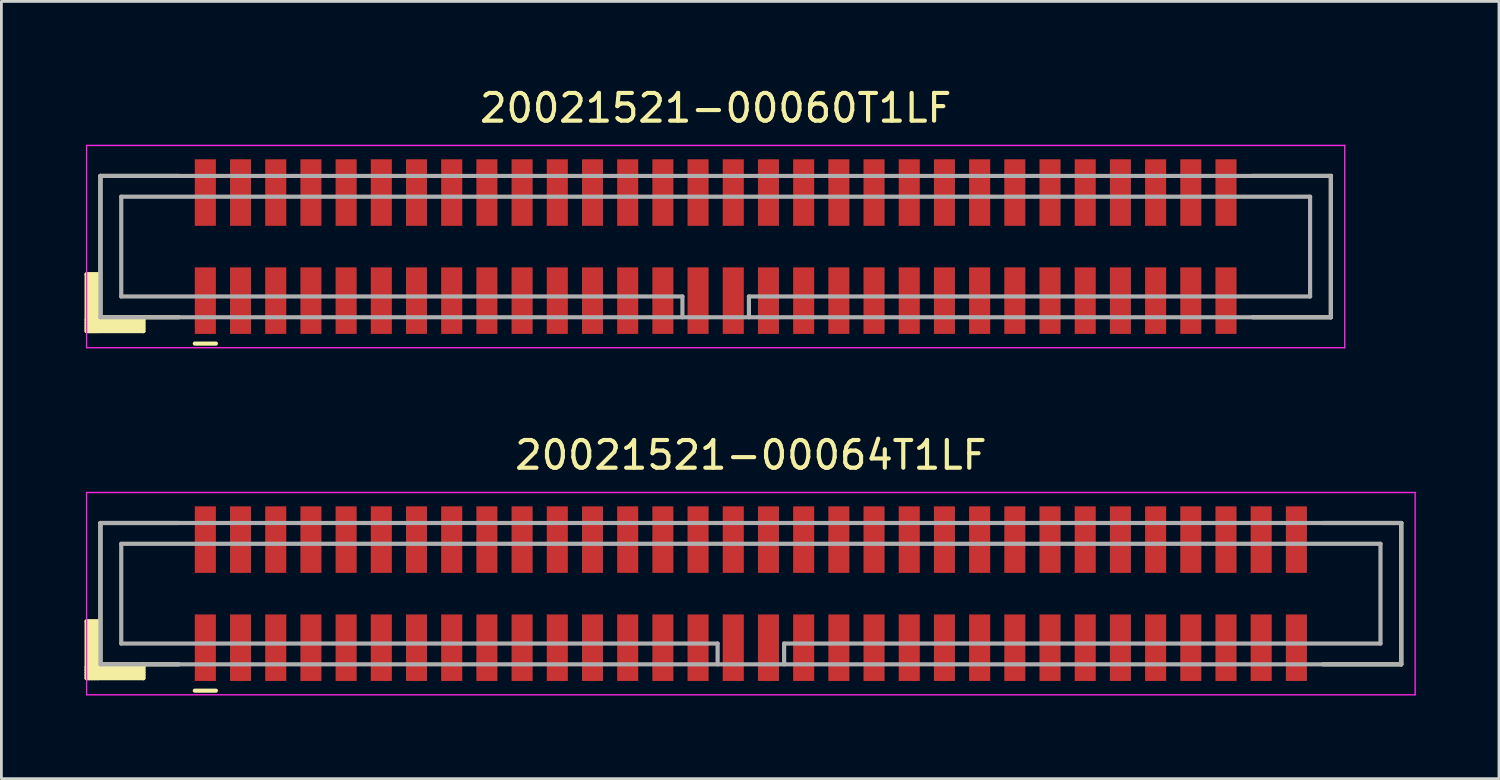
<source format=kicad_pcb>
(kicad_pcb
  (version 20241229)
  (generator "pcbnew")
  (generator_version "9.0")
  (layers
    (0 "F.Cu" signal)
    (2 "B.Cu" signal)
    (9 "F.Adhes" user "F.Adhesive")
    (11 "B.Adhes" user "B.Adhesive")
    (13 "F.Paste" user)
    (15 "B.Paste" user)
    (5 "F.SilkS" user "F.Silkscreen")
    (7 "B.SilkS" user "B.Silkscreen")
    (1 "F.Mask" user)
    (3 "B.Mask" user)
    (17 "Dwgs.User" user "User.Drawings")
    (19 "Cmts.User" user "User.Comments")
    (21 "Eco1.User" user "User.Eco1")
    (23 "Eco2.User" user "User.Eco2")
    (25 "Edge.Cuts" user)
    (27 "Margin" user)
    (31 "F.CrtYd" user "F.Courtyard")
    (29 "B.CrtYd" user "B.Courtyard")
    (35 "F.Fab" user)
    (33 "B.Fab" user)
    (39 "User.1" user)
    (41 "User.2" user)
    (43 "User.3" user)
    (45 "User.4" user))
  (footprint "20021521-00060T1LF"
    (layer "F.Cu")
    (at 22.775 5.848)
    (property "Reference" "20021521-00060T1LF" (at 0 -5 0) (layer "F.SilkS") (effects (font (size 1 1) (thickness 0.15))))
    (attr smd)
    (fp_line (start -22.7 1) (end -22.7 3.05) (stroke (width 0.15) (type solid)) (layer "F.SilkS"))
    (fp_line (start -22.7 1) (end -22.225 1) (stroke (width 0.15) (type solid)) (layer "F.SilkS"))
    (fp_line (start -22.7 2.65) (end -20.65 2.65) (stroke (width 0.15) (type solid)) (layer "F.SilkS"))
    (fp_line (start -22.7 2.75) (end -20.65 2.75) (stroke (width 0.15) (type solid)) (layer "F.SilkS"))
    (fp_line (start -22.7 2.85) (end -20.65 2.85) (stroke (width 0.15) (type solid)) (layer "F.SilkS"))
    (fp_line (start -22.7 2.95) (end -20.65 2.95) (stroke (width 0.15) (type solid)) (layer "F.SilkS"))
    (fp_line (start -22.7 3.05) (end -20.65 3.05) (stroke (width 0.15) (type solid)) (layer "F.SilkS"))
    (fp_line (start -22.6 1) (end -22.6 3.05) (stroke (width 0.15) (type solid)) (layer "F.SilkS"))
    (fp_line (start -22.5 1) (end -22.5 3.05) (stroke (width 0.15) (type solid)) (layer "F.SilkS"))
    (fp_line (start -22.4 1) (end -22.4 3.05) (stroke (width 0.15) (type solid)) (layer "F.SilkS"))
    (fp_line (start -22.3 1) (end -22.3 3.05) (stroke (width 0.15) (type solid)) (layer "F.SilkS"))
    (fp_line (start -22.2 -2.55) (end -22.2 2.55) (stroke (width 0.15) (type solid)) (layer "F.SilkS"))
    (fp_line (start -22.2 -2.55) (end -19.375 -2.55) (stroke (width 0.15) (type solid)) (layer "F.SilkS"))
    (fp_line (start -22.2 2.55) (end -19.375 2.55) (stroke (width 0.15) (type solid)) (layer "F.SilkS"))
    (fp_line (start -20.65 2.55) (end -20.65 3.05) (stroke (width 0.15) (type solid)) (layer "F.SilkS"))
    (fp_line (start -18.795 3.5) (end -18.035 3.5) (stroke (width 0.15) (type solid)) (layer "F.SilkS"))
    (fp_line (start 19.375 -2.55) (end 22.2 -2.55) (stroke (width 0.15) (type solid)) (layer "F.SilkS"))
    (fp_line (start 19.375 2.55) (end 22.2 2.55) (stroke (width 0.15) (type solid)) (layer "F.SilkS"))
    (fp_line (start 22.2 -2.55) (end 22.2 2.55) (stroke (width 0.15) (type solid)) (layer "F.SilkS"))
    (fp_line (start -22.7 -3.65) (end -22.7 3.65) (stroke (width 0.05) (type solid)) (layer "F.CrtYd"))
    (fp_line (start -22.7 -3.65) (end 22.7 -3.65) (stroke (width 0.05) (type solid)) (layer "F.CrtYd"))
    (fp_line (start -22.7 3.65) (end 22.7 3.65) (stroke (width 0.05) (type solid)) (layer "F.CrtYd"))
    (fp_line (start 22.7 -3.65) (end 22.7 3.65) (stroke (width 0.05) (type solid)) (layer "F.CrtYd"))
    (fp_line (start -22.2 -2.55) (end -22.2 2.55) (stroke (width 0.15) (type solid)) (layer "F.Fab"))
    (fp_line (start -22.2 -2.55) (end 22.2 -2.55) (stroke (width 0.15) (type solid)) (layer "F.Fab"))
    (fp_line (start -22.2 2.55) (end 22.2 2.55) (stroke (width 0.15) (type solid)) (layer "F.Fab"))
    (fp_line (start -21.45 -1.8) (end -21.45 1.8) (stroke (width 0.15) (type solid)) (layer "F.Fab"))
    (fp_line (start -21.45 -1.8) (end 21.45 -1.8) (stroke (width 0.15) (type solid)) (layer "F.Fab"))
    (fp_line (start -21.45 1.8) (end -1.2 1.8) (stroke (width 0.15) (type solid)) (layer "F.Fab"))
    (fp_line (start -1.2 1.8) (end -1.2 2.55) (stroke (width 0.15) (type solid)) (layer "F.Fab"))
    (fp_line (start 1.2 1.8) (end 1.2 2.55) (stroke (width 0.15) (type solid)) (layer "F.Fab"))
    (fp_line (start 1.2 1.8) (end 21.45 1.8) (stroke (width 0.15) (type solid)) (layer "F.Fab"))
    (fp_line (start 21.45 -1.8) (end 21.45 1.8) (stroke (width 0.15) (type solid)) (layer "F.Fab"))
    (fp_line (start 22.2 -2.55) (end 22.2 2.55) (stroke (width 0.15) (type solid)) (layer "F.Fab"))
    (pad "1" smd rect (at -18.415 1.95) (size 0.76 2.4) (layers "F.Cu" "F.Mask" "F.Paste"))
    (pad "2" smd rect (at -18.415 -1.95) (size 0.76 2.4) (layers "F.Cu" "F.Mask" "F.Paste"))
    (pad "3" smd rect (at -17.145 1.95) (size 0.76 2.4) (layers "F.Cu" "F.Mask" "F.Paste"))
    (pad "4" smd rect (at -17.145 -1.95) (size 0.76 2.4) (layers "F.Cu" "F.Mask" "F.Paste"))
    (pad "5" smd rect (at -15.875 1.95) (size 0.76 2.4) (layers "F.Cu" "F.Mask" "F.Paste"))
    (pad "6" smd rect (at -15.875 -1.95) (size 0.76 2.4) (layers "F.Cu" "F.Mask" "F.Paste"))
    (pad "7" smd rect (at -14.605 1.95) (size 0.76 2.4) (layers "F.Cu" "F.Mask" "F.Paste"))
    (pad "8" smd rect (at -14.605 -1.95) (size 0.76 2.4) (layers "F.Cu" "F.Mask" "F.Paste"))
    (pad "9" smd rect (at -13.335 1.95) (size 0.76 2.4) (layers "F.Cu" "F.Mask" "F.Paste"))
    (pad "10" smd rect (at -13.335 -1.95) (size 0.76 2.4) (layers "F.Cu" "F.Mask" "F.Paste"))
    (pad "11" smd rect (at -12.065 1.95) (size 0.76 2.4) (layers "F.Cu" "F.Mask" "F.Paste"))
    (pad "12" smd rect (at -12.065 -1.95) (size 0.76 2.4) (layers "F.Cu" "F.Mask" "F.Paste"))
    (pad "13" smd rect (at -10.795 1.95) (size 0.76 2.4) (layers "F.Cu" "F.Mask" "F.Paste"))
    (pad "14" smd rect (at -10.795 -1.95) (size 0.76 2.4) (layers "F.Cu" "F.Mask" "F.Paste"))
    (pad "15" smd rect (at -9.525 1.95) (size 0.76 2.4) (layers "F.Cu" "F.Mask" "F.Paste"))
    (pad "16" smd rect (at -9.525 -1.95) (size 0.76 2.4) (layers "F.Cu" "F.Mask" "F.Paste"))
    (pad "17" smd rect (at -8.255 1.95) (size 0.76 2.4) (layers "F.Cu" "F.Mask" "F.Paste"))
    (pad "18" smd rect (at -8.255 -1.95) (size 0.76 2.4) (layers "F.Cu" "F.Mask" "F.Paste"))
    (pad "19" smd rect (at -6.985 1.95) (size 0.76 2.4) (layers "F.Cu" "F.Mask" "F.Paste"))
    (pad "20" smd rect (at -6.985 -1.95) (size 0.76 2.4) (layers "F.Cu" "F.Mask" "F.Paste"))
    (pad "21" smd rect (at -5.715 1.95) (size 0.76 2.4) (layers "F.Cu" "F.Mask" "F.Paste"))
    (pad "22" smd rect (at -5.715 -1.95) (size 0.76 2.4) (layers "F.Cu" "F.Mask" "F.Paste"))
    (pad "23" smd rect (at -4.445 1.95) (size 0.76 2.4) (layers "F.Cu" "F.Mask" "F.Paste"))
    (pad "24" smd rect (at -4.445 -1.95) (size 0.76 2.4) (layers "F.Cu" "F.Mask" "F.Paste"))
    (pad "25" smd rect (at -3.175 1.95) (size 0.76 2.4) (layers "F.Cu" "F.Mask" "F.Paste"))
    (pad "26" smd rect (at -3.175 -1.95) (size 0.76 2.4) (layers "F.Cu" "F.Mask" "F.Paste"))
    (pad "27" smd rect (at -1.905 1.95) (size 0.76 2.4) (layers "F.Cu" "F.Mask" "F.Paste"))
    (pad "28" smd rect (at -1.905 -1.95) (size 0.76 2.4) (layers "F.Cu" "F.Mask" "F.Paste"))
    (pad "29" smd rect (at -0.635 1.95) (size 0.76 2.4) (layers "F.Cu" "F.Mask" "F.Paste"))
    (pad "30" smd rect (at -0.635 -1.95) (size 0.76 2.4) (layers "F.Cu" "F.Mask" "F.Paste"))
    (pad "31" smd rect (at 0.635 1.95) (size 0.76 2.4) (layers "F.Cu" "F.Mask" "F.Paste"))
    (pad "32" smd rect (at 0.635 -1.95) (size 0.76 2.4) (layers "F.Cu" "F.Mask" "F.Paste"))
    (pad "33" smd rect (at 1.905 1.95) (size 0.76 2.4) (layers "F.Cu" "F.Mask" "F.Paste"))
    (pad "34" smd rect (at 1.905 -1.95) (size 0.76 2.4) (layers "F.Cu" "F.Mask" "F.Paste"))
    (pad "35" smd rect (at 3.175 1.95) (size 0.76 2.4) (layers "F.Cu" "F.Mask" "F.Paste"))
    (pad "36" smd rect (at 3.175 -1.95) (size 0.76 2.4) (layers "F.Cu" "F.Mask" "F.Paste"))
    (pad "37" smd rect (at 4.445 1.95) (size 0.76 2.4) (layers "F.Cu" "F.Mask" "F.Paste"))
    (pad "38" smd rect (at 4.445 -1.95) (size 0.76 2.4) (layers "F.Cu" "F.Mask" "F.Paste"))
    (pad "39" smd rect (at 5.715 1.95) (size 0.76 2.4) (layers "F.Cu" "F.Mask" "F.Paste"))
    (pad "40" smd rect (at 5.715 -1.95) (size 0.76 2.4) (layers "F.Cu" "F.Mask" "F.Paste"))
    (pad "41" smd rect (at 6.985 1.95) (size 0.76 2.4) (layers "F.Cu" "F.Mask" "F.Paste"))
    (pad "42" smd rect (at 6.985 -1.95) (size 0.76 2.4) (layers "F.Cu" "F.Mask" "F.Paste"))
    (pad "43" smd rect (at 8.255 1.95) (size 0.76 2.4) (layers "F.Cu" "F.Mask" "F.Paste"))
    (pad "44" smd rect (at 8.255 -1.95) (size 0.76 2.4) (layers "F.Cu" "F.Mask" "F.Paste"))
    (pad "45" smd rect (at 9.525 1.95) (size 0.76 2.4) (layers "F.Cu" "F.Mask" "F.Paste"))
    (pad "46" smd rect (at 9.525 -1.95) (size 0.76 2.4) (layers "F.Cu" "F.Mask" "F.Paste"))
    (pad "47" smd rect (at 10.795 1.95) (size 0.76 2.4) (layers "F.Cu" "F.Mask" "F.Paste"))
    (pad "48" smd rect (at 10.795 -1.95) (size 0.76 2.4) (layers "F.Cu" "F.Mask" "F.Paste"))
    (pad "49" smd rect (at 12.065 1.95) (size 0.76 2.4) (layers "F.Cu" "F.Mask" "F.Paste"))
    (pad "50" smd rect (at 12.065 -1.95) (size 0.76 2.4) (layers "F.Cu" "F.Mask" "F.Paste"))
    (pad "51" smd rect (at 13.335 1.95) (size 0.76 2.4) (layers "F.Cu" "F.Mask" "F.Paste"))
    (pad "52" smd rect (at 13.335 -1.95) (size 0.76 2.4) (layers "F.Cu" "F.Mask" "F.Paste"))
    (pad "53" smd rect (at 14.605 1.95) (size 0.76 2.4) (layers "F.Cu" "F.Mask" "F.Paste"))
    (pad "54" smd rect (at 14.605 -1.95) (size 0.76 2.4) (layers "F.Cu" "F.Mask" "F.Paste"))
    (pad "55" smd rect (at 15.875 1.95) (size 0.76 2.4) (layers "F.Cu" "F.Mask" "F.Paste"))
    (pad "56" smd rect (at 15.875 -1.95) (size 0.76 2.4) (layers "F.Cu" "F.Mask" "F.Paste"))
    (pad "57" smd rect (at 17.145 1.95) (size 0.76 2.4) (layers "F.Cu" "F.Mask" "F.Paste"))
    (pad "58" smd rect (at 17.145 -1.95) (size 0.76 2.4) (layers "F.Cu" "F.Mask" "F.Paste"))
    (pad "59" smd rect (at 18.415 1.95) (size 0.76 2.4) (layers "F.Cu" "F.Mask" "F.Paste"))
    (pad "60" smd rect (at 18.415 -1.95) (size 0.76 2.4) (layers "F.Cu" "F.Mask" "F.Paste")))
  (footprint "20021521-00064T1LF"
    (layer "F.Cu")
    (at 24.045 18.372)
    (property "Reference" "20021521-00064T1LF" (at 0 -5 0) (layer "F.SilkS") (effects (font (size 1 1) (thickness 0.15))))
    (attr smd)
    (fp_line (start -23.97 1) (end -23.97 3.05) (stroke (width 0.15) (type solid)) (layer "F.SilkS"))
    (fp_line (start -23.97 1) (end -23.495 1) (stroke (width 0.15) (type solid)) (layer "F.SilkS"))
    (fp_line (start -23.97 2.65) (end -21.92 2.65) (stroke (width 0.15) (type solid)) (layer "F.SilkS"))
    (fp_line (start -23.97 2.75) (end -21.92 2.75) (stroke (width 0.15) (type solid)) (layer "F.SilkS"))
    (fp_line (start -23.97 2.85) (end -21.92 2.85) (stroke (width 0.15) (type solid)) (layer "F.SilkS"))
    (fp_line (start -23.97 2.95) (end -21.92 2.95) (stroke (width 0.15) (type solid)) (layer "F.SilkS"))
    (fp_line (start -23.97 3.05) (end -21.92 3.05) (stroke (width 0.15) (type solid)) (layer "F.SilkS"))
    (fp_line (start -23.87 1) (end -23.87 3.05) (stroke (width 0.15) (type solid)) (layer "F.SilkS"))
    (fp_line (start -23.77 1) (end -23.77 3.05) (stroke (width 0.15) (type solid)) (layer "F.SilkS"))
    (fp_line (start -23.67 1) (end -23.67 3.05) (stroke (width 0.15) (type solid)) (layer "F.SilkS"))
    (fp_line (start -23.57 1) (end -23.57 3.05) (stroke (width 0.15) (type solid)) (layer "F.SilkS"))
    (fp_line (start -23.47 -2.55) (end -23.47 2.55) (stroke (width 0.15) (type solid)) (layer "F.SilkS"))
    (fp_line (start -23.47 -2.55) (end -20.645 -2.55) (stroke (width 0.15) (type solid)) (layer "F.SilkS"))
    (fp_line (start -23.47 2.55) (end -20.645 2.55) (stroke (width 0.15) (type solid)) (layer "F.SilkS"))
    (fp_line (start -21.92 2.55) (end -21.92 3.05) (stroke (width 0.15) (type solid)) (layer "F.SilkS"))
    (fp_line (start -20.065 3.5) (end -19.305 3.5) (stroke (width 0.15) (type solid)) (layer "F.SilkS"))
    (fp_line (start 20.645 -2.55) (end 23.47 -2.55) (stroke (width 0.15) (type solid)) (layer "F.SilkS"))
    (fp_line (start 20.645 2.55) (end 23.47 2.55) (stroke (width 0.15) (type solid)) (layer "F.SilkS"))
    (fp_line (start 23.47 -2.55) (end 23.47 2.55) (stroke (width 0.15) (type solid)) (layer "F.SilkS"))
    (fp_line (start -23.97 -3.65) (end -23.97 3.65) (stroke (width 0.05) (type solid)) (layer "F.CrtYd"))
    (fp_line (start -23.97 -3.65) (end 23.97 -3.65) (stroke (width 0.05) (type solid)) (layer "F.CrtYd"))
    (fp_line (start -23.97 3.65) (end 23.97 3.65) (stroke (width 0.05) (type solid)) (layer "F.CrtYd"))
    (fp_line (start 23.97 -3.65) (end 23.97 3.65) (stroke (width 0.05) (type solid)) (layer "F.CrtYd"))
    (fp_line (start -23.47 -2.55) (end -23.47 2.55) (stroke (width 0.15) (type solid)) (layer "F.Fab"))
    (fp_line (start -23.47 -2.55) (end 23.47 -2.55) (stroke (width 0.15) (type solid)) (layer "F.Fab"))
    (fp_line (start -23.47 2.55) (end 23.47 2.55) (stroke (width 0.15) (type solid)) (layer "F.Fab"))
    (fp_line (start -22.72 -1.8) (end -22.72 1.8) (stroke (width 0.15) (type solid)) (layer "F.Fab"))
    (fp_line (start -22.72 -1.8) (end 22.72 -1.8) (stroke (width 0.15) (type solid)) (layer "F.Fab"))
    (fp_line (start -22.72 1.8) (end -1.2 1.8) (stroke (width 0.15) (type solid)) (layer "F.Fab"))
    (fp_line (start -1.2 1.8) (end -1.2 2.55) (stroke (width 0.15) (type solid)) (layer "F.Fab"))
    (fp_line (start 1.2 1.8) (end 1.2 2.55) (stroke (width 0.15) (type solid)) (layer "F.Fab"))
    (fp_line (start 1.2 1.8) (end 22.72 1.8) (stroke (width 0.15) (type solid)) (layer "F.Fab"))
    (fp_line (start 22.72 -1.8) (end 22.72 1.8) (stroke (width 0.15) (type solid)) (layer "F.Fab"))
    (fp_line (start 23.47 -2.55) (end 23.47 2.55) (stroke (width 0.15) (type solid)) (layer "F.Fab"))
    (pad "1" smd rect (at -19.685 1.95) (size 0.76 2.4) (layers "F.Cu" "F.Mask" "F.Paste"))
    (pad "2" smd rect (at -19.685 -1.95) (size 0.76 2.4) (layers "F.Cu" "F.Mask" "F.Paste"))
    (pad "3" smd rect (at -18.415 1.95) (size 0.76 2.4) (layers "F.Cu" "F.Mask" "F.Paste"))
    (pad "4" smd rect (at -18.415 -1.95) (size 0.76 2.4) (layers "F.Cu" "F.Mask" "F.Paste"))
    (pad "5" smd rect (at -17.145 1.95) (size 0.76 2.4) (layers "F.Cu" "F.Mask" "F.Paste"))
    (pad "6" smd rect (at -17.145 -1.95) (size 0.76 2.4) (layers "F.Cu" "F.Mask" "F.Paste"))
    (pad "7" smd rect (at -15.875 1.95) (size 0.76 2.4) (layers "F.Cu" "F.Mask" "F.Paste"))
    (pad "8" smd rect (at -15.875 -1.95) (size 0.76 2.4) (layers "F.Cu" "F.Mask" "F.Paste"))
    (pad "9" smd rect (at -14.605 1.95) (size 0.76 2.4) (layers "F.Cu" "F.Mask" "F.Paste"))
    (pad "10" smd rect (at -14.605 -1.95) (size 0.76 2.4) (layers "F.Cu" "F.Mask" "F.Paste"))
    (pad "11" smd rect (at -13.335 1.95) (size 0.76 2.4) (layers "F.Cu" "F.Mask" "F.Paste"))
    (pad "12" smd rect (at -13.335 -1.95) (size 0.76 2.4) (layers "F.Cu" "F.Mask" "F.Paste"))
    (pad "13" smd rect (at -12.065 1.95) (size 0.76 2.4) (layers "F.Cu" "F.Mask" "F.Paste"))
    (pad "14" smd rect (at -12.065 -1.95) (size 0.76 2.4) (layers "F.Cu" "F.Mask" "F.Paste"))
    (pad "15" smd rect (at -10.795 1.95) (size 0.76 2.4) (layers "F.Cu" "F.Mask" "F.Paste"))
    (pad "16" smd rect (at -10.795 -1.95) (size 0.76 2.4) (layers "F.Cu" "F.Mask" "F.Paste"))
    (pad "17" smd rect (at -9.525 1.95) (size 0.76 2.4) (layers "F.Cu" "F.Mask" "F.Paste"))
    (pad "18" smd rect (at -9.525 -1.95) (size 0.76 2.4) (layers "F.Cu" "F.Mask" "F.Paste"))
    (pad "19" smd rect (at -8.255 1.95) (size 0.76 2.4) (layers "F.Cu" "F.Mask" "F.Paste"))
    (pad "20" smd rect (at -8.255 -1.95) (size 0.76 2.4) (layers "F.Cu" "F.Mask" "F.Paste"))
    (pad "21" smd rect (at -6.985 1.95) (size 0.76 2.4) (layers "F.Cu" "F.Mask" "F.Paste"))
    (pad "22" smd rect (at -6.985 -1.95) (size 0.76 2.4) (layers "F.Cu" "F.Mask" "F.Paste"))
    (pad "23" smd rect (at -5.715 1.95) (size 0.76 2.4) (layers "F.Cu" "F.Mask" "F.Paste"))
    (pad "24" smd rect (at -5.715 -1.95) (size 0.76 2.4) (layers "F.Cu" "F.Mask" "F.Paste"))
    (pad "25" smd rect (at -4.445 1.95) (size 0.76 2.4) (layers "F.Cu" "F.Mask" "F.Paste"))
    (pad "26" smd rect (at -4.445 -1.95) (size 0.76 2.4) (layers "F.Cu" "F.Mask" "F.Paste"))
    (pad "27" smd rect (at -3.175 1.95) (size 0.76 2.4) (layers "F.Cu" "F.Mask" "F.Paste"))
    (pad "28" smd rect (at -3.175 -1.95) (size 0.76 2.4) (layers "F.Cu" "F.Mask" "F.Paste"))
    (pad "29" smd rect (at -1.905 1.95) (size 0.76 2.4) (layers "F.Cu" "F.Mask" "F.Paste"))
    (pad "30" smd rect (at -1.905 -1.95) (size 0.76 2.4) (layers "F.Cu" "F.Mask" "F.Paste"))
    (pad "31" smd rect (at -0.635 1.95) (size 0.76 2.4) (layers "F.Cu" "F.Mask" "F.Paste"))
    (pad "32" smd rect (at -0.635 -1.95) (size 0.76 2.4) (layers "F.Cu" "F.Mask" "F.Paste"))
    (pad "33" smd rect (at 0.635 1.95) (size 0.76 2.4) (layers "F.Cu" "F.Mask" "F.Paste"))
    (pad "34" smd rect (at 0.635 -1.95) (size 0.76 2.4) (layers "F.Cu" "F.Mask" "F.Paste"))
    (pad "35" smd rect (at 1.905 1.95) (size 0.76 2.4) (layers "F.Cu" "F.Mask" "F.Paste"))
    (pad "36" smd rect (at 1.905 -1.95) (size 0.76 2.4) (layers "F.Cu" "F.Mask" "F.Paste"))
    (pad "37" smd rect (at 3.175 1.95) (size 0.76 2.4) (layers "F.Cu" "F.Mask" "F.Paste"))
    (pad "38" smd rect (at 3.175 -1.95) (size 0.76 2.4) (layers "F.Cu" "F.Mask" "F.Paste"))
    (pad "39" smd rect (at 4.445 1.95) (size 0.76 2.4) (layers "F.Cu" "F.Mask" "F.Paste"))
    (pad "40" smd rect (at 4.445 -1.95) (size 0.76 2.4) (layers "F.Cu" "F.Mask" "F.Paste"))
    (pad "41" smd rect (at 5.715 1.95) (size 0.76 2.4) (layers "F.Cu" "F.Mask" "F.Paste"))
    (pad "42" smd rect (at 5.715 -1.95) (size 0.76 2.4) (layers "F.Cu" "F.Mask" "F.Paste"))
    (pad "43" smd rect (at 6.985 1.95) (size 0.76 2.4) (layers "F.Cu" "F.Mask" "F.Paste"))
    (pad "44" smd rect (at 6.985 -1.95) (size 0.76 2.4) (layers "F.Cu" "F.Mask" "F.Paste"))
    (pad "45" smd rect (at 8.255 1.95) (size 0.76 2.4) (layers "F.Cu" "F.Mask" "F.Paste"))
    (pad "46" smd rect (at 8.255 -1.95) (size 0.76 2.4) (layers "F.Cu" "F.Mask" "F.Paste"))
    (pad "47" smd rect (at 9.525 1.95) (size 0.76 2.4) (layers "F.Cu" "F.Mask" "F.Paste"))
    (pad "48" smd rect (at 9.525 -1.95) (size 0.76 2.4) (layers "F.Cu" "F.Mask" "F.Paste"))
    (pad "49" smd rect (at 10.795 1.95) (size 0.76 2.4) (layers "F.Cu" "F.Mask" "F.Paste"))
    (pad "50" smd rect (at 10.795 -1.95) (size 0.76 2.4) (layers "F.Cu" "F.Mask" "F.Paste"))
    (pad "51" smd rect (at 12.065 1.95) (size 0.76 2.4) (layers "F.Cu" "F.Mask" "F.Paste"))
    (pad "52" smd rect (at 12.065 -1.95) (size 0.76 2.4) (layers "F.Cu" "F.Mask" "F.Paste"))
    (pad "53" smd rect (at 13.335 1.95) (size 0.76 2.4) (layers "F.Cu" "F.Mask" "F.Paste"))
    (pad "54" smd rect (at 13.335 -1.95) (size 0.76 2.4) (layers "F.Cu" "F.Mask" "F.Paste"))
    (pad "55" smd rect (at 14.605 1.95) (size 0.76 2.4) (layers "F.Cu" "F.Mask" "F.Paste"))
    (pad "56" smd rect (at 14.605 -1.95) (size 0.76 2.4) (layers "F.Cu" "F.Mask" "F.Paste"))
    (pad "57" smd rect (at 15.875 1.95) (size 0.76 2.4) (layers "F.Cu" "F.Mask" "F.Paste"))
    (pad "58" smd rect (at 15.875 -1.95) (size 0.76 2.4) (layers "F.Cu" "F.Mask" "F.Paste"))
    (pad "59" smd rect (at 17.145 1.95) (size 0.76 2.4) (layers "F.Cu" "F.Mask" "F.Paste"))
    (pad "60" smd rect (at 17.145 -1.95) (size 0.76 2.4) (layers "F.Cu" "F.Mask" "F.Paste"))
    (pad "61" smd rect (at 18.415 1.95) (size 0.76 2.4) (layers "F.Cu" "F.Mask" "F.Paste"))
    (pad "62" smd rect (at 18.415 -1.95) (size 0.76 2.4) (layers "F.Cu" "F.Mask" "F.Paste"))
    (pad "63" smd rect (at 19.685 1.95) (size 0.76 2.4) (layers "F.Cu" "F.Mask" "F.Paste"))
    (pad "64" smd rect (at 19.685 -1.95) (size 0.76 2.4) (layers "F.Cu" "F.Mask" "F.Paste")))
  (gr_rect
    (start -3 -3)
    (end 51.04 25.047)
    (stroke (width 0.1) (type default))
    (fill no)
    (layer "Edge.Cuts")))
</source>
